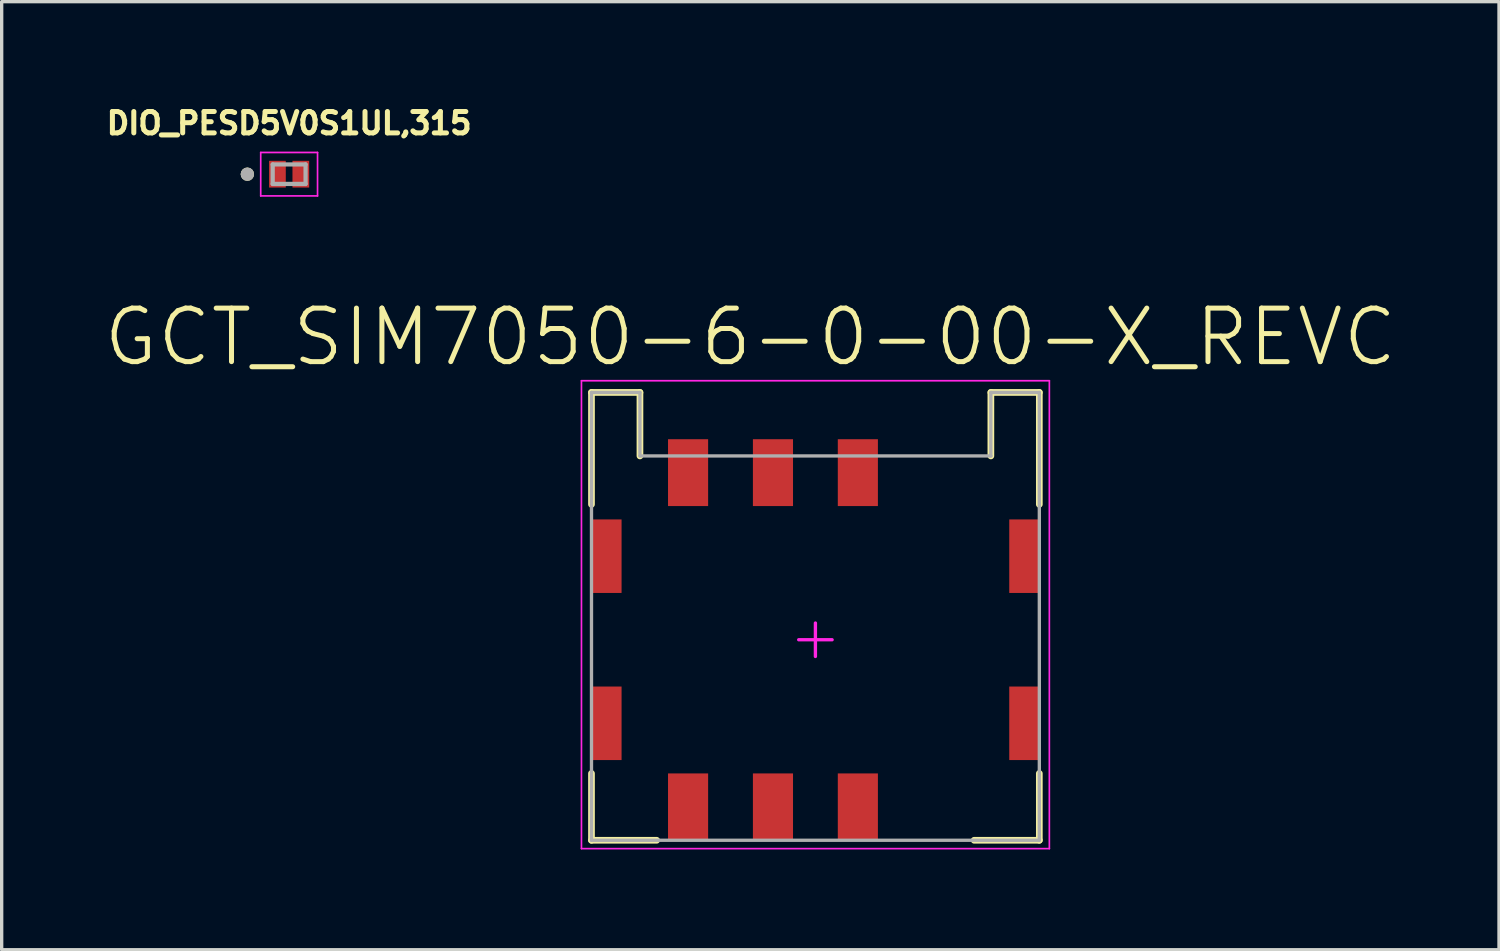
<source format=kicad_pcb>
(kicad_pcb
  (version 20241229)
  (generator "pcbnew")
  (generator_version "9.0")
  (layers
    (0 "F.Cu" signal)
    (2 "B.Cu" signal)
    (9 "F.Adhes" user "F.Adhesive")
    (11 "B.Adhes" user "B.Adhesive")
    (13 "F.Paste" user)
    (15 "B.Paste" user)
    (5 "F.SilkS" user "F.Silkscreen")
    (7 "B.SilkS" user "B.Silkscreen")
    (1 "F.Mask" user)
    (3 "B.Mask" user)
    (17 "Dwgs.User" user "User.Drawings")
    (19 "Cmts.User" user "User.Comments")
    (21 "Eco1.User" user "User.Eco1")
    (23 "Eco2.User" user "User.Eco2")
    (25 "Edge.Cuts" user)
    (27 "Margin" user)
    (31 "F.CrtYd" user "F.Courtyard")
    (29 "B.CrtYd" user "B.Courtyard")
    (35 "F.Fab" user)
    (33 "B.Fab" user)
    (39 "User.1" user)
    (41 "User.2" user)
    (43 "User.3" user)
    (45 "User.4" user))
  (footprint "GCT_SIM7050-6-0-00-X_REVC"
    (layer "F.Cu")
    (at 21.348 16.092)
    (property "Reference" "GCT_SIM7050-6-0-00-X_REVC" (at -1.947 -9.055 0) (layer "F.SilkS") (effects (font (size 1.602 1.602) (thickness 0.15))))
    (attr through_hole)
    (fp_line (start -6.7 -7.4) (end -5.25 -7.4) (stroke (width 0.2) (type solid)) (layer "F.SilkS"))
    (fp_line (start -6.7 -4.05) (end -6.7 -7.4) (stroke (width 0.2) (type solid)) (layer "F.SilkS"))
    (fp_line (start -6.7 6) (end -6.7 4) (stroke (width 0.2) (type solid)) (layer "F.SilkS"))
    (fp_line (start -6.7 6) (end -4.75 6) (stroke (width 0.2) (type solid)) (layer "F.SilkS"))
    (fp_line (start -5.25 -5.5) (end -5.25 -7.4) (stroke (width 0.2) (type solid)) (layer "F.SilkS"))
    (fp_line (start 4.75 6) (end 6.7 6) (stroke (width 0.2) (type solid)) (layer "F.SilkS"))
    (fp_line (start 5.25 -7.4) (end 6.7 -7.4) (stroke (width 0.2) (type solid)) (layer "F.SilkS"))
    (fp_line (start 5.25 -5.5) (end 5.25 -7.4) (stroke (width 0.2) (type solid)) (layer "F.SilkS"))
    (fp_line (start 6.7 -4.05) (end 6.7 -7.4) (stroke (width 0.2) (type solid)) (layer "F.SilkS"))
    (fp_line (start 6.7 6) (end 6.7 4) (stroke (width 0.2) (type solid)) (layer "F.SilkS"))
    (fp_line (start -7 -7.75) (end 7 -7.75) (stroke (width 0.05) (type solid)) (layer "F.CrtYd"))
    (fp_line (start -7 6.25) (end -7 -7.75) (stroke (width 0.05) (type solid)) (layer "F.CrtYd"))
    (fp_line (start -7 6.25) (end 7 6.25) (stroke (width 0.05) (type solid)) (layer "F.CrtYd"))
    (fp_line (start -0.5 0) (end 0.5 0) (stroke (width 0.1) (type solid)) (layer "F.CrtYd"))
    (fp_line (start 0 0.5) (end 0 -0.5) (stroke (width 0.1) (type solid)) (layer "F.CrtYd"))
    (fp_line (start 7 6.25) (end 7 -7.75) (stroke (width 0.05) (type solid)) (layer "F.CrtYd"))
    (fp_line (start -6.7 -7.4) (end -5.25 -7.4) (stroke (width 0.1) (type solid)) (layer "F.Fab"))
    (fp_line (start -6.7 6) (end -6.7 -7.4) (stroke (width 0.1) (type solid)) (layer "F.Fab"))
    (fp_line (start -6.7 6) (end 6.7 6) (stroke (width 0.1) (type solid)) (layer "F.Fab"))
    (fp_line (start -5.25 -5.5) (end -5.25 -7.4) (stroke (width 0.1) (type solid)) (layer "F.Fab"))
    (fp_line (start -5.25 -5.5) (end 5.25 -5.5) (stroke (width 0.1) (type solid)) (layer "F.Fab"))
    (fp_line (start 5.25 -7.4) (end 6.7 -7.4) (stroke (width 0.1) (type solid)) (layer "F.Fab"))
    (fp_line (start 5.25 -5.5) (end 5.25 -7.4) (stroke (width 0.1) (type solid)) (layer "F.Fab"))
    (fp_line (start 6.7 6) (end 6.7 -7.4) (stroke (width 0.1) (type solid)) (layer "F.Fab"))
    (pad "1" smd rect (at -6.25 -2.5) (size 0.9 2.2) (layers "F.Cu" "F.Mask" "F.Paste"))
    (pad "2" smd rect (at -6.25 2.5) (size 0.9 2.2) (layers "F.Cu" "F.Mask" "F.Paste"))
    (pad "3" smd rect (at 6.25 2.5) (size 0.9 2.2) (layers "F.Cu" "F.Mask" "F.Paste"))
    (pad "4" smd rect (at 6.25 -2.5) (size 0.9 2.2) (layers "F.Cu" "F.Mask" "F.Paste"))
    (pad "C1" smd rect (at -3.81 -5) (size 1.2 2) (layers "F.Cu" "F.Mask" "F.Paste"))
    (pad "C2" smd rect (at -1.27 -5) (size 1.2 2) (layers "F.Cu" "F.Mask" "F.Paste"))
    (pad "C3" smd rect (at 1.27 -5) (size 1.2 2) (layers "F.Cu" "F.Mask" "F.Paste"))
    (pad "C5" smd rect (at -3.81 5) (size 1.2 2) (layers "F.Cu" "F.Mask" "F.Paste"))
    (pad "C6" smd rect (at -1.27 5) (size 1.2 2) (layers "F.Cu" "F.Mask" "F.Paste"))
    (pad "C7" smd rect (at 1.27 5) (size 1.2 2) (layers "F.Cu" "F.Mask" "F.Paste")))
  (footprint "DIO_PESD5V0S1UL,315"
    (layer "F.Cu")
    (at 5.601 2.162)
    (property "Reference" "DIO_PESD5V0S1UL,315" (at 0 -1.524 0) (layer "F.SilkS") (effects (font (size 0.64 0.64) (thickness 0.15))))
    (attr smd)
    (fp_poly (pts (xy -0.15 -0.3) (xy -0.15 0.3) (xy -0.15 0.303) (xy -0.15 0.305) (xy -0.151 0.308) (xy -0.151 0.31) (xy -0.152 0.313) (xy -0.152 0.315) (xy -0.153 0.318) (xy -0.154 0.32) (xy -0.155 0.323) (xy -0.157 0.325) (xy -0.158 0.327) (xy -0.16 0.329) (xy -0.161 0.331) (xy -0.163 0.333) (xy -0.165 0.335) (xy -0.167 0.337) (xy -0.169 0.339) (xy -0.171 0.34) (xy -0.173 0.342) (xy -0.175 0.343) (xy -0.177 0.345) (xy -0.18 0.346) (xy -0.182 0.347) (xy -0.185 0.348) (xy -0.187 0.348) (xy -0.19 0.349) (xy -0.192 0.349) (xy -0.195 0.35) (xy -0.197 0.35) (xy -0.2 0.35) (xy -0.5 0.35) (xy -0.503 0.35) (xy -0.505 0.35) (xy -0.508 0.349) (xy -0.51 0.349) (xy -0.513 0.348) (xy -0.515 0.348) (xy -0.518 0.347) (xy -0.52 0.346) (xy -0.523 0.345) (xy -0.525 0.343) (xy -0.527 0.342) (xy -0.529 0.34) (xy -0.531 0.339) (xy -0.533 0.337) (xy -0.535 0.335) (xy -0.537 0.333) (xy -0.539 0.331) (xy -0.54 0.329) (xy -0.542 0.327) (xy -0.543 0.325) (xy -0.545 0.323) (xy -0.546 0.32) (xy -0.547 0.318) (xy -0.548 0.315) (xy -0.548 0.313) (xy -0.549 0.31) (xy -0.549 0.308) (xy -0.55 0.305) (xy -0.55 0.303) (xy -0.55 0.3) (xy -0.55 -0.3) (xy -0.55 -0.303) (xy -0.55 -0.305) (xy -0.549 -0.308) (xy -0.549 -0.31) (xy -0.548 -0.313) (xy -0.548 -0.315) (xy -0.547 -0.318) (xy -0.546 -0.32) (xy -0.545 -0.323) (xy -0.543 -0.325) (xy -0.542 -0.327) (xy -0.54 -0.329) (xy -0.539 -0.331) (xy -0.537 -0.333) (xy -0.535 -0.335) (xy -0.533 -0.337) (xy -0.531 -0.339) (xy -0.529 -0.34) (xy -0.527 -0.342) (xy -0.525 -0.343) (xy -0.523 -0.345) (xy -0.52 -0.346) (xy -0.518 -0.347) (xy -0.515 -0.348) (xy -0.513 -0.348) (xy -0.51 -0.349) (xy -0.508 -0.349) (xy -0.505 -0.35) (xy -0.503 -0.35) (xy -0.5 -0.35) (xy -0.2 -0.35) (xy -0.197 -0.35) (xy -0.195 -0.35) (xy -0.192 -0.349) (xy -0.19 -0.349) (xy -0.187 -0.348) (xy -0.185 -0.348) (xy -0.182 -0.347) (xy -0.18 -0.346) (xy -0.177 -0.345) (xy -0.175 -0.343) (xy -0.173 -0.342) (xy -0.171 -0.34) (xy -0.169 -0.339) (xy -0.167 -0.337) (xy -0.165 -0.335) (xy -0.163 -0.333) (xy -0.161 -0.331) (xy -0.16 -0.329) (xy -0.158 -0.327) (xy -0.157 -0.325) (xy -0.155 -0.323) (xy -0.154 -0.32) (xy -0.153 -0.318) (xy -0.152 -0.315) (xy -0.152 -0.313) (xy -0.151 -0.31) (xy -0.151 -0.308) (xy -0.15 -0.305) (xy -0.15 -0.303) (xy -0.15 -0.3)) (stroke (width 0.01) (type solid)) (fill yes) (layer "F.Mask"))
    (fp_poly (pts (xy 0.55 -0.3) (xy 0.55 0.3) (xy 0.55 0.303) (xy 0.55 0.305) (xy 0.549 0.308) (xy 0.549 0.31) (xy 0.548 0.313) (xy 0.548 0.315) (xy 0.547 0.318) (xy 0.546 0.32) (xy 0.545 0.323) (xy 0.543 0.325) (xy 0.542 0.327) (xy 0.54 0.329) (xy 0.539 0.331) (xy 0.537 0.333) (xy 0.535 0.335) (xy 0.533 0.337) (xy 0.531 0.339) (xy 0.529 0.34) (xy 0.527 0.342) (xy 0.525 0.343) (xy 0.523 0.345) (xy 0.52 0.346) (xy 0.518 0.347) (xy 0.515 0.348) (xy 0.513 0.348) (xy 0.51 0.349) (xy 0.508 0.349) (xy 0.505 0.35) (xy 0.503 0.35) (xy 0.5 0.35) (xy 0.2 0.35) (xy 0.197 0.35) (xy 0.195 0.35) (xy 0.192 0.349) (xy 0.19 0.349) (xy 0.187 0.348) (xy 0.185 0.348) (xy 0.182 0.347) (xy 0.18 0.346) (xy 0.177 0.345) (xy 0.175 0.343) (xy 0.173 0.342) (xy 0.171 0.34) (xy 0.169 0.339) (xy 0.167 0.337) (xy 0.165 0.335) (xy 0.163 0.333) (xy 0.161 0.331) (xy 0.16 0.329) (xy 0.158 0.327) (xy 0.157 0.325) (xy 0.155 0.323) (xy 0.154 0.32) (xy 0.153 0.318) (xy 0.152 0.315) (xy 0.152 0.313) (xy 0.151 0.31) (xy 0.151 0.308) (xy 0.15 0.305) (xy 0.15 0.303) (xy 0.15 0.3) (xy 0.15 -0.3) (xy 0.15 -0.303) (xy 0.15 -0.305) (xy 0.151 -0.308) (xy 0.151 -0.31) (xy 0.152 -0.313) (xy 0.152 -0.315) (xy 0.153 -0.318) (xy 0.154 -0.32) (xy 0.155 -0.323) (xy 0.157 -0.325) (xy 0.158 -0.327) (xy 0.16 -0.329) (xy 0.161 -0.331) (xy 0.163 -0.333) (xy 0.165 -0.335) (xy 0.167 -0.337) (xy 0.169 -0.339) (xy 0.171 -0.34) (xy 0.173 -0.342) (xy 0.175 -0.343) (xy 0.177 -0.345) (xy 0.18 -0.346) (xy 0.182 -0.347) (xy 0.185 -0.348) (xy 0.187 -0.348) (xy 0.19 -0.349) (xy 0.192 -0.349) (xy 0.195 -0.35) (xy 0.197 -0.35) (xy 0.2 -0.35) (xy 0.5 -0.35) (xy 0.503 -0.35) (xy 0.505 -0.35) (xy 0.508 -0.349) (xy 0.51 -0.349) (xy 0.513 -0.348) (xy 0.515 -0.348) (xy 0.518 -0.347) (xy 0.52 -0.346) (xy 0.523 -0.345) (xy 0.525 -0.343) (xy 0.527 -0.342) (xy 0.529 -0.34) (xy 0.531 -0.339) (xy 0.533 -0.337) (xy 0.535 -0.335) (xy 0.537 -0.333) (xy 0.539 -0.331) (xy 0.54 -0.329) (xy 0.542 -0.327) (xy 0.543 -0.325) (xy 0.545 -0.323) (xy 0.546 -0.32) (xy 0.547 -0.318) (xy 0.548 -0.315) (xy 0.548 -0.313) (xy 0.549 -0.31) (xy 0.549 -0.308) (xy 0.55 -0.305) (xy 0.55 -0.303) (xy 0.55 -0.3)) (stroke (width 0.01) (type solid)) (fill yes) (layer "F.Mask"))
    (fp_circle (center -1.25 0) (end -1.15 0) (stroke (width 0.2) (type solid)) (fill no) (layer "F.SilkS"))
    (fp_poly (pts (xy -0.5 -0.3) (xy -0.2 -0.3) (xy -0.2 0.3) (xy -0.5 0.3)) (stroke (width 0.01) (type solid)) (fill yes) (layer "F.Paste"))
    (fp_poly (pts (xy 0.2 -0.3) (xy 0.5 -0.3) (xy 0.5 0.3) (xy 0.2 0.3)) (stroke (width 0.01) (type solid)) (fill yes) (layer "F.Paste"))
    (fp_line (start -0.85 -0.65) (end 0.85 -0.65) (stroke (width 0.05) (type solid)) (layer "F.CrtYd"))
    (fp_line (start -0.85 0.65) (end -0.85 -0.65) (stroke (width 0.05) (type solid)) (layer "F.CrtYd"))
    (fp_line (start 0.85 -0.65) (end 0.85 0.65) (stroke (width 0.05) (type solid)) (layer "F.CrtYd"))
    (fp_line (start 0.85 0.65) (end -0.85 0.65) (stroke (width 0.05) (type solid)) (layer "F.CrtYd"))
    (fp_line (start -0.492 -0.292) (end 0.492 -0.292) (stroke (width 0.127) (type solid)) (layer "F.Fab"))
    (fp_line (start -0.492 0.292) (end -0.492 -0.292) (stroke (width 0.127) (type solid)) (layer "F.Fab"))
    (fp_line (start 0.492 -0.292) (end 0.492 0.292) (stroke (width 0.127) (type solid)) (layer "F.Fab"))
    (fp_line (start 0.492 0.292) (end -0.492 0.292) (stroke (width 0.127) (type solid)) (layer "F.Fab"))
    (fp_circle (center -1.25 0) (end -1.15 0) (stroke (width 0.2) (type solid)) (fill no) (layer "F.Fab"))
    (pad "A" smd rect (at 0.35 0) (size 0.5 0.8) (layers "F.Cu"))
    (pad "K" smd rect (at -0.35 0) (size 0.5 0.8) (layers "F.Cu")))
  (gr_rect
    (start -3 -3)
    (end 41.802 25.367)
    (stroke (width 0.1) (type default))
    (fill no)
    (layer "Edge.Cuts")))
</source>
